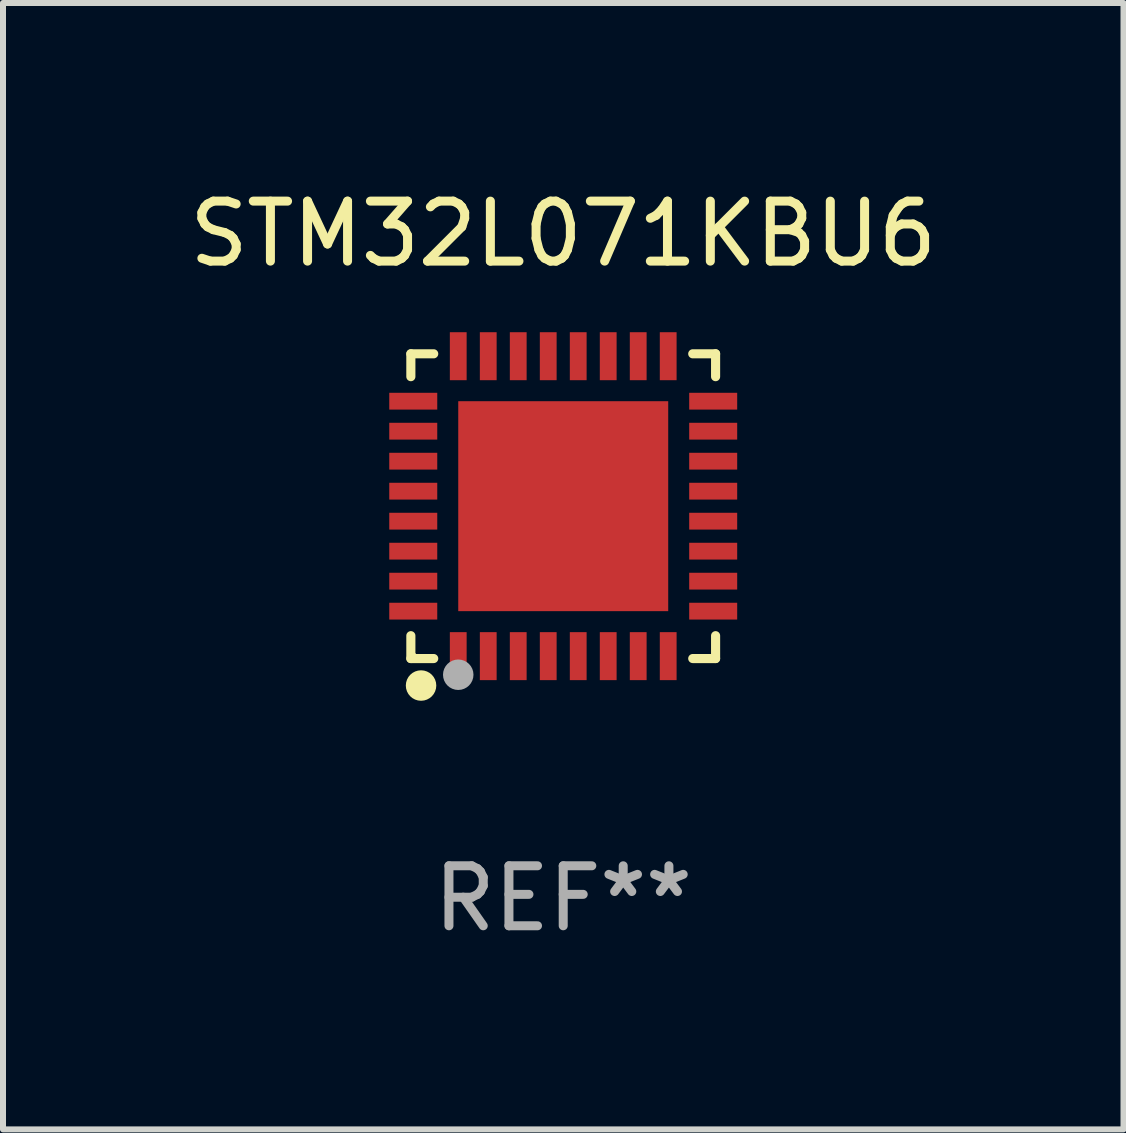
<source format=kicad_pcb>
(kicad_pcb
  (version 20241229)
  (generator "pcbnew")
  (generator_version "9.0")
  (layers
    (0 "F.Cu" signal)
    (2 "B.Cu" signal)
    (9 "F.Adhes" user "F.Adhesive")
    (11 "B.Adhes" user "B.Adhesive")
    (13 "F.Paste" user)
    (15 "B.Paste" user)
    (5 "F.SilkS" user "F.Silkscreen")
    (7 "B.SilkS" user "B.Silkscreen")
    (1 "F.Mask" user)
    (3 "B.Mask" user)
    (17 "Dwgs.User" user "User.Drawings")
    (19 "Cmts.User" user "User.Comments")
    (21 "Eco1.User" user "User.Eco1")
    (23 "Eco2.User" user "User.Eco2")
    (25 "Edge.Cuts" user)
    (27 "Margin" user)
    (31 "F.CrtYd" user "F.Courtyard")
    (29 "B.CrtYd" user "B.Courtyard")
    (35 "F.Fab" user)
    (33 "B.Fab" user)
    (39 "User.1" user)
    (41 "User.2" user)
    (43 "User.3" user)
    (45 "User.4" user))
  (footprint "STM32L071KBU6"
    (layer "F.Cu")
    (at 6.339 5.388)
    (property "Reference" "STM32L071KBU6" (at 0 -4.54 0) (layer "F.SilkS") (effects (font (size 1 1) (thickness 0.15))))
    (attr through_hole)
    (fp_line (start -2.54 -2.54) (end -2.159 -2.54) (stroke (width 0.152) (type solid)) (layer "F.SilkS"))
    (fp_line (start -2.54 -2.159) (end -2.54 -2.54) (stroke (width 0.152) (type solid)) (layer "F.SilkS"))
    (fp_line (start -2.54 2.54) (end -2.54 2.159) (stroke (width 0.152) (type solid)) (layer "F.SilkS"))
    (fp_line (start -2.159 2.54) (end -2.54 2.54) (stroke (width 0.152) (type solid)) (layer "F.SilkS"))
    (fp_line (start 2.159 -2.54) (end 2.54 -2.54) (stroke (width 0.152) (type solid)) (layer "F.SilkS"))
    (fp_line (start 2.54 -2.54) (end 2.54 -2.159) (stroke (width 0.152) (type solid)) (layer "F.SilkS"))
    (fp_line (start 2.54 2.159) (end 2.54 2.54) (stroke (width 0.152) (type solid)) (layer "F.SilkS"))
    (fp_line (start 2.54 2.54) (end 2.159 2.54) (stroke (width 0.152) (type solid)) (layer "F.SilkS"))
    (fp_circle (center -2.5 2.5) (end -2.47 2.5) (stroke (width 0.06) (type solid)) (fill no) (layer "F.SilkS"))
    (fp_circle (center -2.37 2.99) (end -2.243 2.99) (stroke (width 0.254) (type solid)) (fill no) (layer "F.SilkS"))
    (fp_circle (center -1.75 2.81) (end -1.623 2.81) (stroke (width 0.254) (type solid)) (fill no) (layer "F.Fab"))
    (fp_text user "REF**" (at 0 6.54 0) (layer "F.Fab") (effects (font (size 1 1) (thickness 0.15))))
    (pad "1" smd rect (at -1.75 2.5) (size 0.28 0.8) (layers "F.Cu" "F.Mask" "F.Paste"))
    (pad "2" smd rect (at -1.25 2.5) (size 0.28 0.8) (layers "F.Cu" "F.Mask" "F.Paste"))
    (pad "3" smd rect (at -0.75 2.5) (size 0.28 0.8) (layers "F.Cu" "F.Mask" "F.Paste"))
    (pad "4" smd rect (at -0.25 2.5) (size 0.28 0.8) (layers "F.Cu" "F.Mask" "F.Paste"))
    (pad "5" smd rect (at 0.25 2.5) (size 0.28 0.8) (layers "F.Cu" "F.Mask" "F.Paste"))
    (pad "6" smd rect (at 0.75 2.5) (size 0.28 0.8) (layers "F.Cu" "F.Mask" "F.Paste"))
    (pad "7" smd rect (at 1.25 2.5) (size 0.28 0.8) (layers "F.Cu" "F.Mask" "F.Paste"))
    (pad "8" smd rect (at 1.75 2.5) (size 0.28 0.8) (layers "F.Cu" "F.Mask" "F.Paste"))
    (pad "9" smd rect (at 2.5 1.75) (size 0.8 0.28) (layers "F.Cu" "F.Mask" "F.Paste"))
    (pad "10" smd rect (at 2.5 1.25) (size 0.8 0.28) (layers "F.Cu" "F.Mask" "F.Paste"))
    (pad "11" smd rect (at 2.5 0.75) (size 0.8 0.28) (layers "F.Cu" "F.Mask" "F.Paste"))
    (pad "12" smd rect (at 2.5 0.25) (size 0.8 0.28) (layers "F.Cu" "F.Mask" "F.Paste"))
    (pad "13" smd rect (at 2.5 -0.25) (size 0.8 0.28) (layers "F.Cu" "F.Mask" "F.Paste"))
    (pad "14" smd rect (at 2.5 -0.75) (size 0.8 0.28) (layers "F.Cu" "F.Mask" "F.Paste"))
    (pad "15" smd rect (at 2.5 -1.25) (size 0.8 0.28) (layers "F.Cu" "F.Mask" "F.Paste"))
    (pad "16" smd rect (at 2.5 -1.75) (size 0.8 0.28) (layers "F.Cu" "F.Mask" "F.Paste"))
    (pad "17" smd rect (at 1.75 -2.5) (size 0.28 0.8) (layers "F.Cu" "F.Mask" "F.Paste"))
    (pad "18" smd rect (at 1.25 -2.5) (size 0.28 0.8) (layers "F.Cu" "F.Mask" "F.Paste"))
    (pad "19" smd rect (at 0.75 -2.5) (size 0.28 0.8) (layers "F.Cu" "F.Mask" "F.Paste"))
    (pad "20" smd rect (at 0.25 -2.5) (size 0.28 0.8) (layers "F.Cu" "F.Mask" "F.Paste"))
    (pad "21" smd rect (at -0.25 -2.5) (size 0.28 0.8) (layers "F.Cu" "F.Mask" "F.Paste"))
    (pad "22" smd rect (at -0.75 -2.5) (size 0.28 0.8) (layers "F.Cu" "F.Mask" "F.Paste"))
    (pad "23" smd rect (at -1.25 -2.5) (size 0.28 0.8) (layers "F.Cu" "F.Mask" "F.Paste"))
    (pad "24" smd rect (at -1.75 -2.5) (size 0.28 0.8) (layers "F.Cu" "F.Mask" "F.Paste"))
    (pad "25" smd rect (at -2.5 -1.75) (size 0.8 0.28) (layers "F.Cu" "F.Mask" "F.Paste"))
    (pad "26" smd rect (at -2.5 -1.25) (size 0.8 0.28) (layers "F.Cu" "F.Mask" "F.Paste"))
    (pad "27" smd rect (at -2.5 -0.75) (size 0.8 0.28) (layers "F.Cu" "F.Mask" "F.Paste"))
    (pad "28" smd rect (at -2.5 -0.25) (size 0.8 0.28) (layers "F.Cu" "F.Mask" "F.Paste"))
    (pad "29" smd rect (at -2.5 0.25) (size 0.8 0.28) (layers "F.Cu" "F.Mask" "F.Paste"))
    (pad "30" smd rect (at -2.5 0.75) (size 0.8 0.28) (layers "F.Cu" "F.Mask" "F.Paste"))
    (pad "31" smd rect (at -2.5 1.25) (size 0.8 0.28) (layers "F.Cu" "F.Mask" "F.Paste"))
    (pad "32" smd rect (at -2.5 1.75) (size 0.8 0.28) (layers "F.Cu" "F.Mask" "F.Paste"))
    (pad "33" smd rect (at 0.000127 0.000127) (size 3.5 3.5) (layers "F.Cu" "F.Mask" "F.Paste")))
  (gr_rect
    (start -3 -3)
    (end 15.679 15.777)
    (stroke (width 0.1) (type default))
    (fill no)
    (layer "Edge.Cuts")))
</source>
